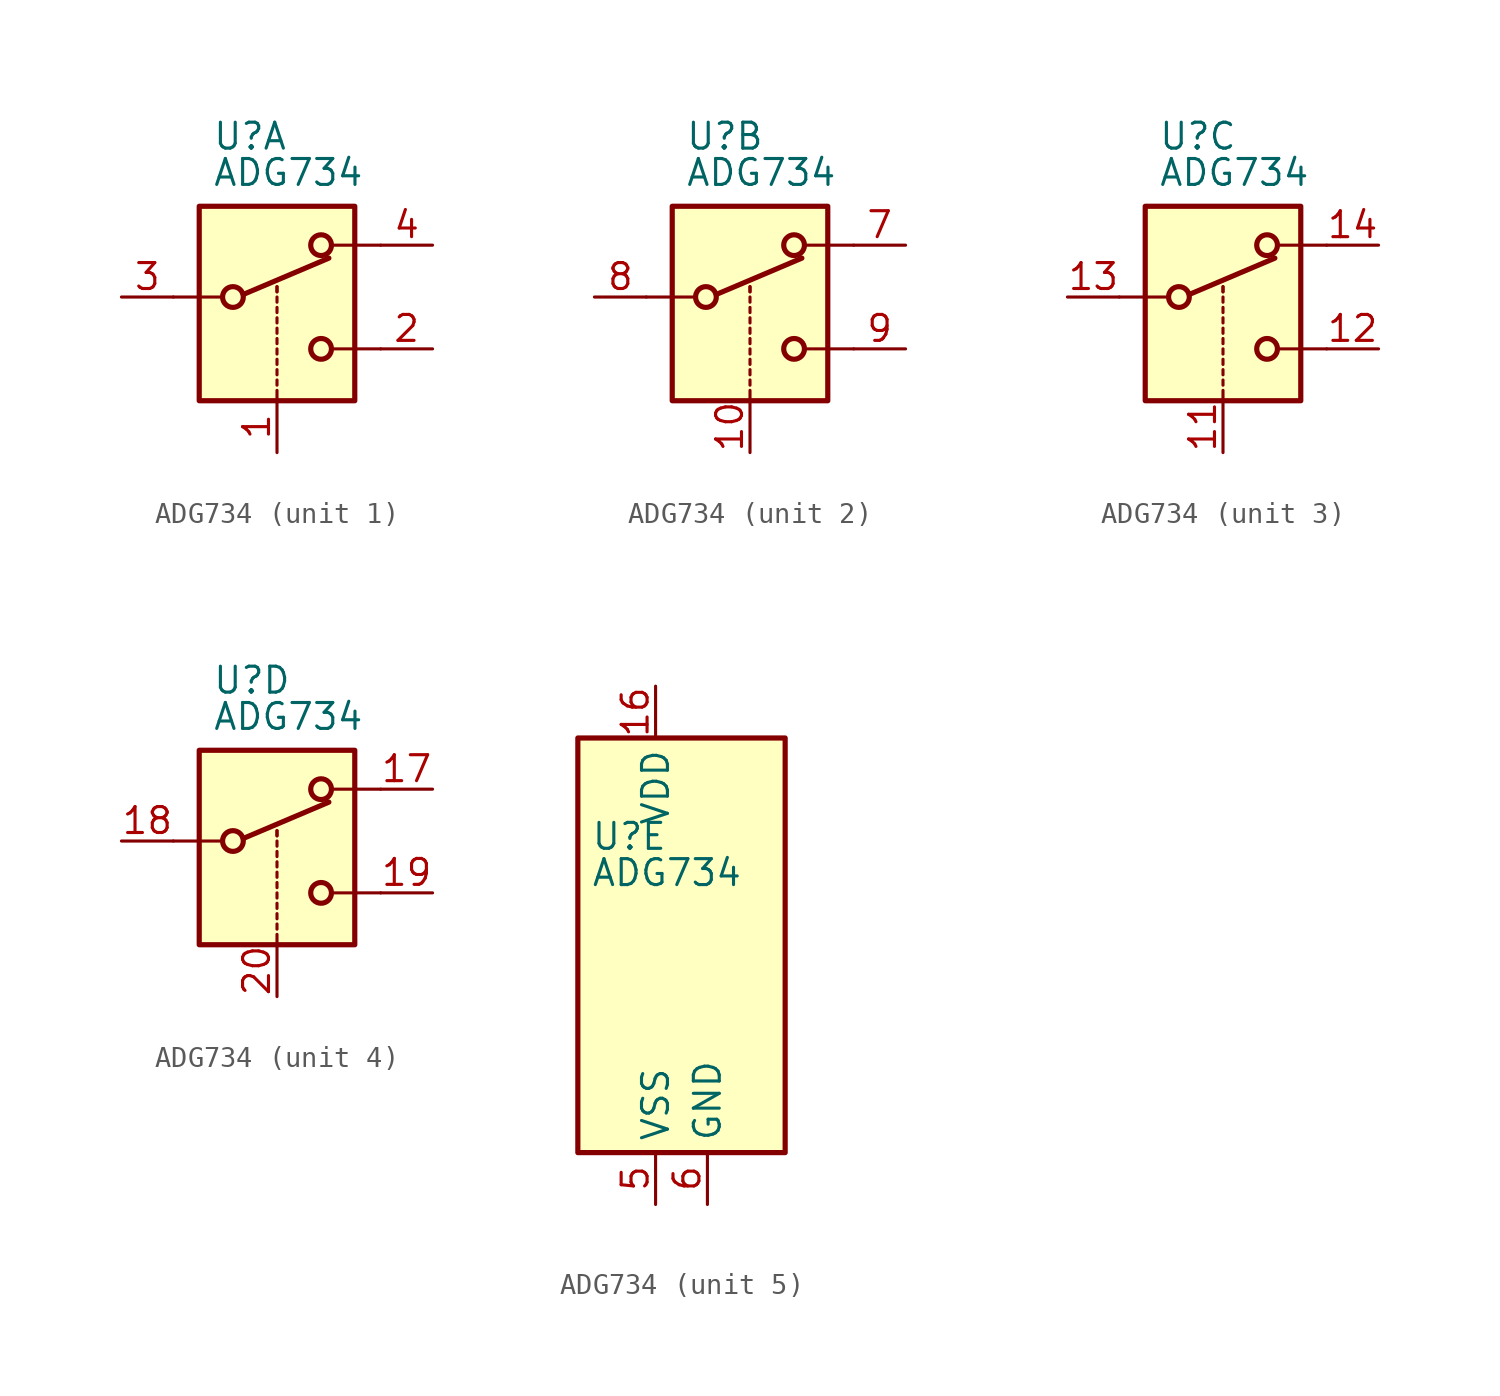
<source format=kicad_sym>
(kicad_symbol_lib
  (version 20201005)
  (generator kicad_symbol_editor)
  (symbol "ADG734"
    (property "Reference" "U"
      (at -3.175 5.334 0)
      (effects (font (size 1.27 1.27)) (justify left)))
    (property "Value" "ADG734"
      (at -3.175 3.556 0)
      (effects (font (size 1.27 1.27)) (justify left)))
    (symbol "ADG734_1_1"
      (circle (center -2.159 -2.54) (radius 0.508) (stroke (width 0.254)) (fill (type none)))
      (circle (center 2.159 -5.08) (radius 0.508) (stroke (width 0.254)) (fill (type none)))
      (circle (center 2.159 0) (radius 0.508) (stroke (width 0.254)) (fill (type none)))
      (rectangle (start -3.81 1.905) (end 3.81 -7.62) (stroke (width 0.254)) (fill (type background)))
      (polyline (pts (xy -5.08 -2.54) (xy -2.794 -2.54)) (stroke (width 0)) (fill (type none)))
      (polyline (pts (xy -1.651 -2.413) (xy 2.54 -0.635)) (stroke (width 0.254)) (fill (type none)))
      (polyline (pts (xy 0 -7.62) (xy 0 -7.112)) (stroke (width 0)) (fill (type none)))
      (polyline (pts (xy 0 -6.858) (xy 0 -6.604)) (stroke (width 0)) (fill (type none)))
      (polyline (pts (xy 0 -6.35) (xy 0 -6.096)) (stroke (width 0)) (fill (type none)))
      (polyline (pts (xy 0 -5.842) (xy 0 -5.588)) (stroke (width 0)) (fill (type none)))
      (polyline (pts (xy 0 -5.334) (xy 0 -5.08)) (stroke (width 0)) (fill (type none)))
      (polyline (pts (xy 0 -4.826) (xy 0 -4.572)) (stroke (width 0)) (fill (type none)))
      (polyline (pts (xy 0 -4.318) (xy 0 -4.064)) (stroke (width 0)) (fill (type none)))
      (polyline (pts (xy 0 -3.81) (xy 0 -3.556)) (stroke (width 0)) (fill (type none)))
      (polyline (pts (xy 0 -3.302) (xy 0 -3.048)) (stroke (width 0)) (fill (type none)))
      (polyline (pts (xy 0 -2.794) (xy 0 -2.54)) (stroke (width 0)) (fill (type none)))
      (polyline (pts (xy 0 -2.286) (xy 0 -2.032)) (stroke (width 0)) (fill (type none)))
      (polyline (pts (xy 0 -2.286) (xy 0 -2.032)) (stroke (width 0)) (fill (type none)))
      (polyline (pts (xy 5.08 -5.08) (xy 2.794 -5.08)) (stroke (width 0)) (fill (type none)))
      (polyline (pts (xy 5.08 0) (xy 2.794 0)) (stroke (width 0)) (fill (type none)))
      (pin input line (at 0 -10.16 90) (length 2.54) (name "~" (effects (font (size 1.27 1.27)))) (number "1" (effects (font (size 1.27 1.27)))))
      (pin passive line (at 7.62 -5.08 180) (length 2.54) (name "~" (effects (font (size 1.27 1.27)))) (number "2" (effects (font (size 1.27 1.27)))))
      (pin passive line (at -7.62 -2.54 0) (length 2.54) (name "~" (effects (font (size 1.27 1.27)))) (number "3" (effects (font (size 1.27 1.27)))))
      (pin passive line (at 7.62 0 180) (length 2.54) (name "~" (effects (font (size 1.27 1.27)))) (number "4" (effects (font (size 1.27 1.27))))))
    (symbol "ADG734_2_1"
      (circle (center -2.159 -2.54) (radius 0.508) (stroke (width 0.254)) (fill (type none)))
      (circle (center 2.159 -5.08) (radius 0.508) (stroke (width 0.254)) (fill (type none)))
      (circle (center 2.159 0) (radius 0.508) (stroke (width 0.254)) (fill (type none)))
      (rectangle (start -3.81 1.905) (end 3.81 -7.62) (stroke (width 0.254)) (fill (type background)))
      (polyline (pts (xy -5.08 -2.54) (xy -2.794 -2.54)) (stroke (width 0)) (fill (type none)))
      (polyline (pts (xy -1.651 -2.413) (xy 2.54 -0.635)) (stroke (width 0.254)) (fill (type none)))
      (polyline (pts (xy 0 -7.62) (xy 0 -7.112)) (stroke (width 0)) (fill (type none)))
      (polyline (pts (xy 0 -6.858) (xy 0 -6.604)) (stroke (width 0)) (fill (type none)))
      (polyline (pts (xy 0 -6.35) (xy 0 -6.096)) (stroke (width 0)) (fill (type none)))
      (polyline (pts (xy 0 -5.842) (xy 0 -5.588)) (stroke (width 0)) (fill (type none)))
      (polyline (pts (xy 0 -5.334) (xy 0 -5.08)) (stroke (width 0)) (fill (type none)))
      (polyline (pts (xy 0 -4.826) (xy 0 -4.572)) (stroke (width 0)) (fill (type none)))
      (polyline (pts (xy 0 -4.318) (xy 0 -4.064)) (stroke (width 0)) (fill (type none)))
      (polyline (pts (xy 0 -3.81) (xy 0 -3.556)) (stroke (width 0)) (fill (type none)))
      (polyline (pts (xy 0 -3.302) (xy 0 -3.048)) (stroke (width 0)) (fill (type none)))
      (polyline (pts (xy 0 -2.794) (xy 0 -2.54)) (stroke (width 0)) (fill (type none)))
      (polyline (pts (xy 0 -2.286) (xy 0 -2.032)) (stroke (width 0)) (fill (type none)))
      (polyline (pts (xy 0 -2.286) (xy 0 -2.032)) (stroke (width 0)) (fill (type none)))
      (polyline (pts (xy 5.08 -5.08) (xy 2.794 -5.08)) (stroke (width 0)) (fill (type none)))
      (polyline (pts (xy 5.08 0) (xy 2.794 0)) (stroke (width 0)) (fill (type none)))
      (pin input line (at 0 -10.16 90) (length 2.54) (name "~" (effects (font (size 1.27 1.27)))) (number "10" (effects (font (size 1.27 1.27)))))
      (pin passive line (at 7.62 0 180) (length 2.54) (name "~" (effects (font (size 1.27 1.27)))) (number "7" (effects (font (size 1.27 1.27)))))
      (pin passive line (at -7.62 -2.54 0) (length 2.54) (name "~" (effects (font (size 1.27 1.27)))) (number "8" (effects (font (size 1.27 1.27)))))
      (pin passive line (at 7.62 -5.08 180) (length 2.54) (name "~" (effects (font (size 1.27 1.27)))) (number "9" (effects (font (size 1.27 1.27))))))
    (symbol "ADG734_3_1"
      (circle (center -2.159 -2.54) (radius 0.508) (stroke (width 0.254)) (fill (type none)))
      (circle (center 2.159 -5.08) (radius 0.508) (stroke (width 0.254)) (fill (type none)))
      (circle (center 2.159 0) (radius 0.508) (stroke (width 0.254)) (fill (type none)))
      (rectangle (start -3.81 1.905) (end 3.81 -7.62) (stroke (width 0.254)) (fill (type background)))
      (polyline (pts (xy -5.08 -2.54) (xy -2.794 -2.54)) (stroke (width 0)) (fill (type none)))
      (polyline (pts (xy -1.651 -2.413) (xy 2.54 -0.635)) (stroke (width 0.254)) (fill (type none)))
      (polyline (pts (xy 0 -7.62) (xy 0 -7.112)) (stroke (width 0)) (fill (type none)))
      (polyline (pts (xy 0 -6.858) (xy 0 -6.604)) (stroke (width 0)) (fill (type none)))
      (polyline (pts (xy 0 -6.35) (xy 0 -6.096)) (stroke (width 0)) (fill (type none)))
      (polyline (pts (xy 0 -5.842) (xy 0 -5.588)) (stroke (width 0)) (fill (type none)))
      (polyline (pts (xy 0 -5.334) (xy 0 -5.08)) (stroke (width 0)) (fill (type none)))
      (polyline (pts (xy 0 -4.826) (xy 0 -4.572)) (stroke (width 0)) (fill (type none)))
      (polyline (pts (xy 0 -4.318) (xy 0 -4.064)) (stroke (width 0)) (fill (type none)))
      (polyline (pts (xy 0 -3.81) (xy 0 -3.556)) (stroke (width 0)) (fill (type none)))
      (polyline (pts (xy 0 -3.302) (xy 0 -3.048)) (stroke (width 0)) (fill (type none)))
      (polyline (pts (xy 0 -2.794) (xy 0 -2.54)) (stroke (width 0)) (fill (type none)))
      (polyline (pts (xy 0 -2.286) (xy 0 -2.032)) (stroke (width 0)) (fill (type none)))
      (polyline (pts (xy 0 -2.286) (xy 0 -2.032)) (stroke (width 0)) (fill (type none)))
      (polyline (pts (xy 5.08 -5.08) (xy 2.794 -5.08)) (stroke (width 0)) (fill (type none)))
      (polyline (pts (xy 5.08 0) (xy 2.794 0)) (stroke (width 0)) (fill (type none)))
      (pin input line (at 0 -10.16 90) (length 2.54) (name "~" (effects (font (size 1.27 1.27)))) (number "11" (effects (font (size 1.27 1.27)))))
      (pin passive line (at 7.62 -5.08 180) (length 2.54) (name "~" (effects (font (size 1.27 1.27)))) (number "12" (effects (font (size 1.27 1.27)))))
      (pin passive line (at -7.62 -2.54 0) (length 2.54) (name "~" (effects (font (size 1.27 1.27)))) (number "13" (effects (font (size 1.27 1.27)))))
      (pin passive line (at 7.62 0 180) (length 2.54) (name "~" (effects (font (size 1.27 1.27)))) (number "14" (effects (font (size 1.27 1.27))))))
    (symbol "ADG734_4_1"
      (circle (center -2.159 -2.54) (radius 0.508) (stroke (width 0.254)) (fill (type none)))
      (circle (center 2.159 -5.08) (radius 0.508) (stroke (width 0.254)) (fill (type none)))
      (circle (center 2.159 0) (radius 0.508) (stroke (width 0.254)) (fill (type none)))
      (rectangle (start -3.81 1.905) (end 3.81 -7.62) (stroke (width 0.254)) (fill (type background)))
      (polyline (pts (xy -5.08 -2.54) (xy -2.794 -2.54)) (stroke (width 0)) (fill (type none)))
      (polyline (pts (xy -1.651 -2.413) (xy 2.54 -0.635)) (stroke (width 0.254)) (fill (type none)))
      (polyline (pts (xy 0 -7.62) (xy 0 -7.112)) (stroke (width 0)) (fill (type none)))
      (polyline (pts (xy 0 -6.858) (xy 0 -6.604)) (stroke (width 0)) (fill (type none)))
      (polyline (pts (xy 0 -6.35) (xy 0 -6.096)) (stroke (width 0)) (fill (type none)))
      (polyline (pts (xy 0 -5.842) (xy 0 -5.588)) (stroke (width 0)) (fill (type none)))
      (polyline (pts (xy 0 -5.334) (xy 0 -5.08)) (stroke (width 0)) (fill (type none)))
      (polyline (pts (xy 0 -4.826) (xy 0 -4.572)) (stroke (width 0)) (fill (type none)))
      (polyline (pts (xy 0 -4.318) (xy 0 -4.064)) (stroke (width 0)) (fill (type none)))
      (polyline (pts (xy 0 -3.81) (xy 0 -3.556)) (stroke (width 0)) (fill (type none)))
      (polyline (pts (xy 0 -3.302) (xy 0 -3.048)) (stroke (width 0)) (fill (type none)))
      (polyline (pts (xy 0 -2.794) (xy 0 -2.54)) (stroke (width 0)) (fill (type none)))
      (polyline (pts (xy 0 -2.286) (xy 0 -2.032)) (stroke (width 0)) (fill (type none)))
      (polyline (pts (xy 0 -2.286) (xy 0 -2.032)) (stroke (width 0)) (fill (type none)))
      (polyline (pts (xy 5.08 -5.08) (xy 2.794 -5.08)) (stroke (width 0)) (fill (type none)))
      (polyline (pts (xy 5.08 0) (xy 2.794 0)) (stroke (width 0)) (fill (type none)))
      (pin passive line (at 7.62 0 180) (length 2.54) (name "~" (effects (font (size 1.27 1.27)))) (number "17" (effects (font (size 1.27 1.27)))))
      (pin passive line (at -7.62 -2.54 0) (length 2.54) (name "~" (effects (font (size 1.27 1.27)))) (number "18" (effects (font (size 1.27 1.27)))))
      (pin passive line (at 7.62 -5.08 180) (length 2.54) (name "~" (effects (font (size 1.27 1.27)))) (number "19" (effects (font (size 1.27 1.27)))))
      (pin input line (at 0 -10.16 90) (length 2.54) (name "~" (effects (font (size 1.27 1.27)))) (number "20" (effects (font (size 1.27 1.27))))))
    (symbol "ADG734_5_0"
      (pin no_connect line (at 2.54 10.16 270) (length 2.54) hide (name "NC" (effects (font (size 1.27 1.27)))) (number "15" (effects (font (size 1.27 1.27)))))
      (pin power_in line (at 0 12.7 270) (length 2.54) (name "VDD" (effects (font (size 1.27 1.27)))) (number "16" (effects (font (size 1.27 1.27)))))
      (pin power_in line (at 0 -12.7 90) (length 2.54) (name "VSS" (effects (font (size 1.27 1.27)))) (number "5" (effects (font (size 1.27 1.27)))))
      (pin power_in line (at 2.54 -12.7 90) (length 2.54) (name "GND" (effects (font (size 1.27 1.27)))) (number "6" (effects (font (size 1.27 1.27))))))
    (symbol "ADG734_5_1"
      (rectangle (start -3.81 10.16) (end 6.35 -10.16) (stroke (width 0.254)) (fill (type background))))))
</source>
